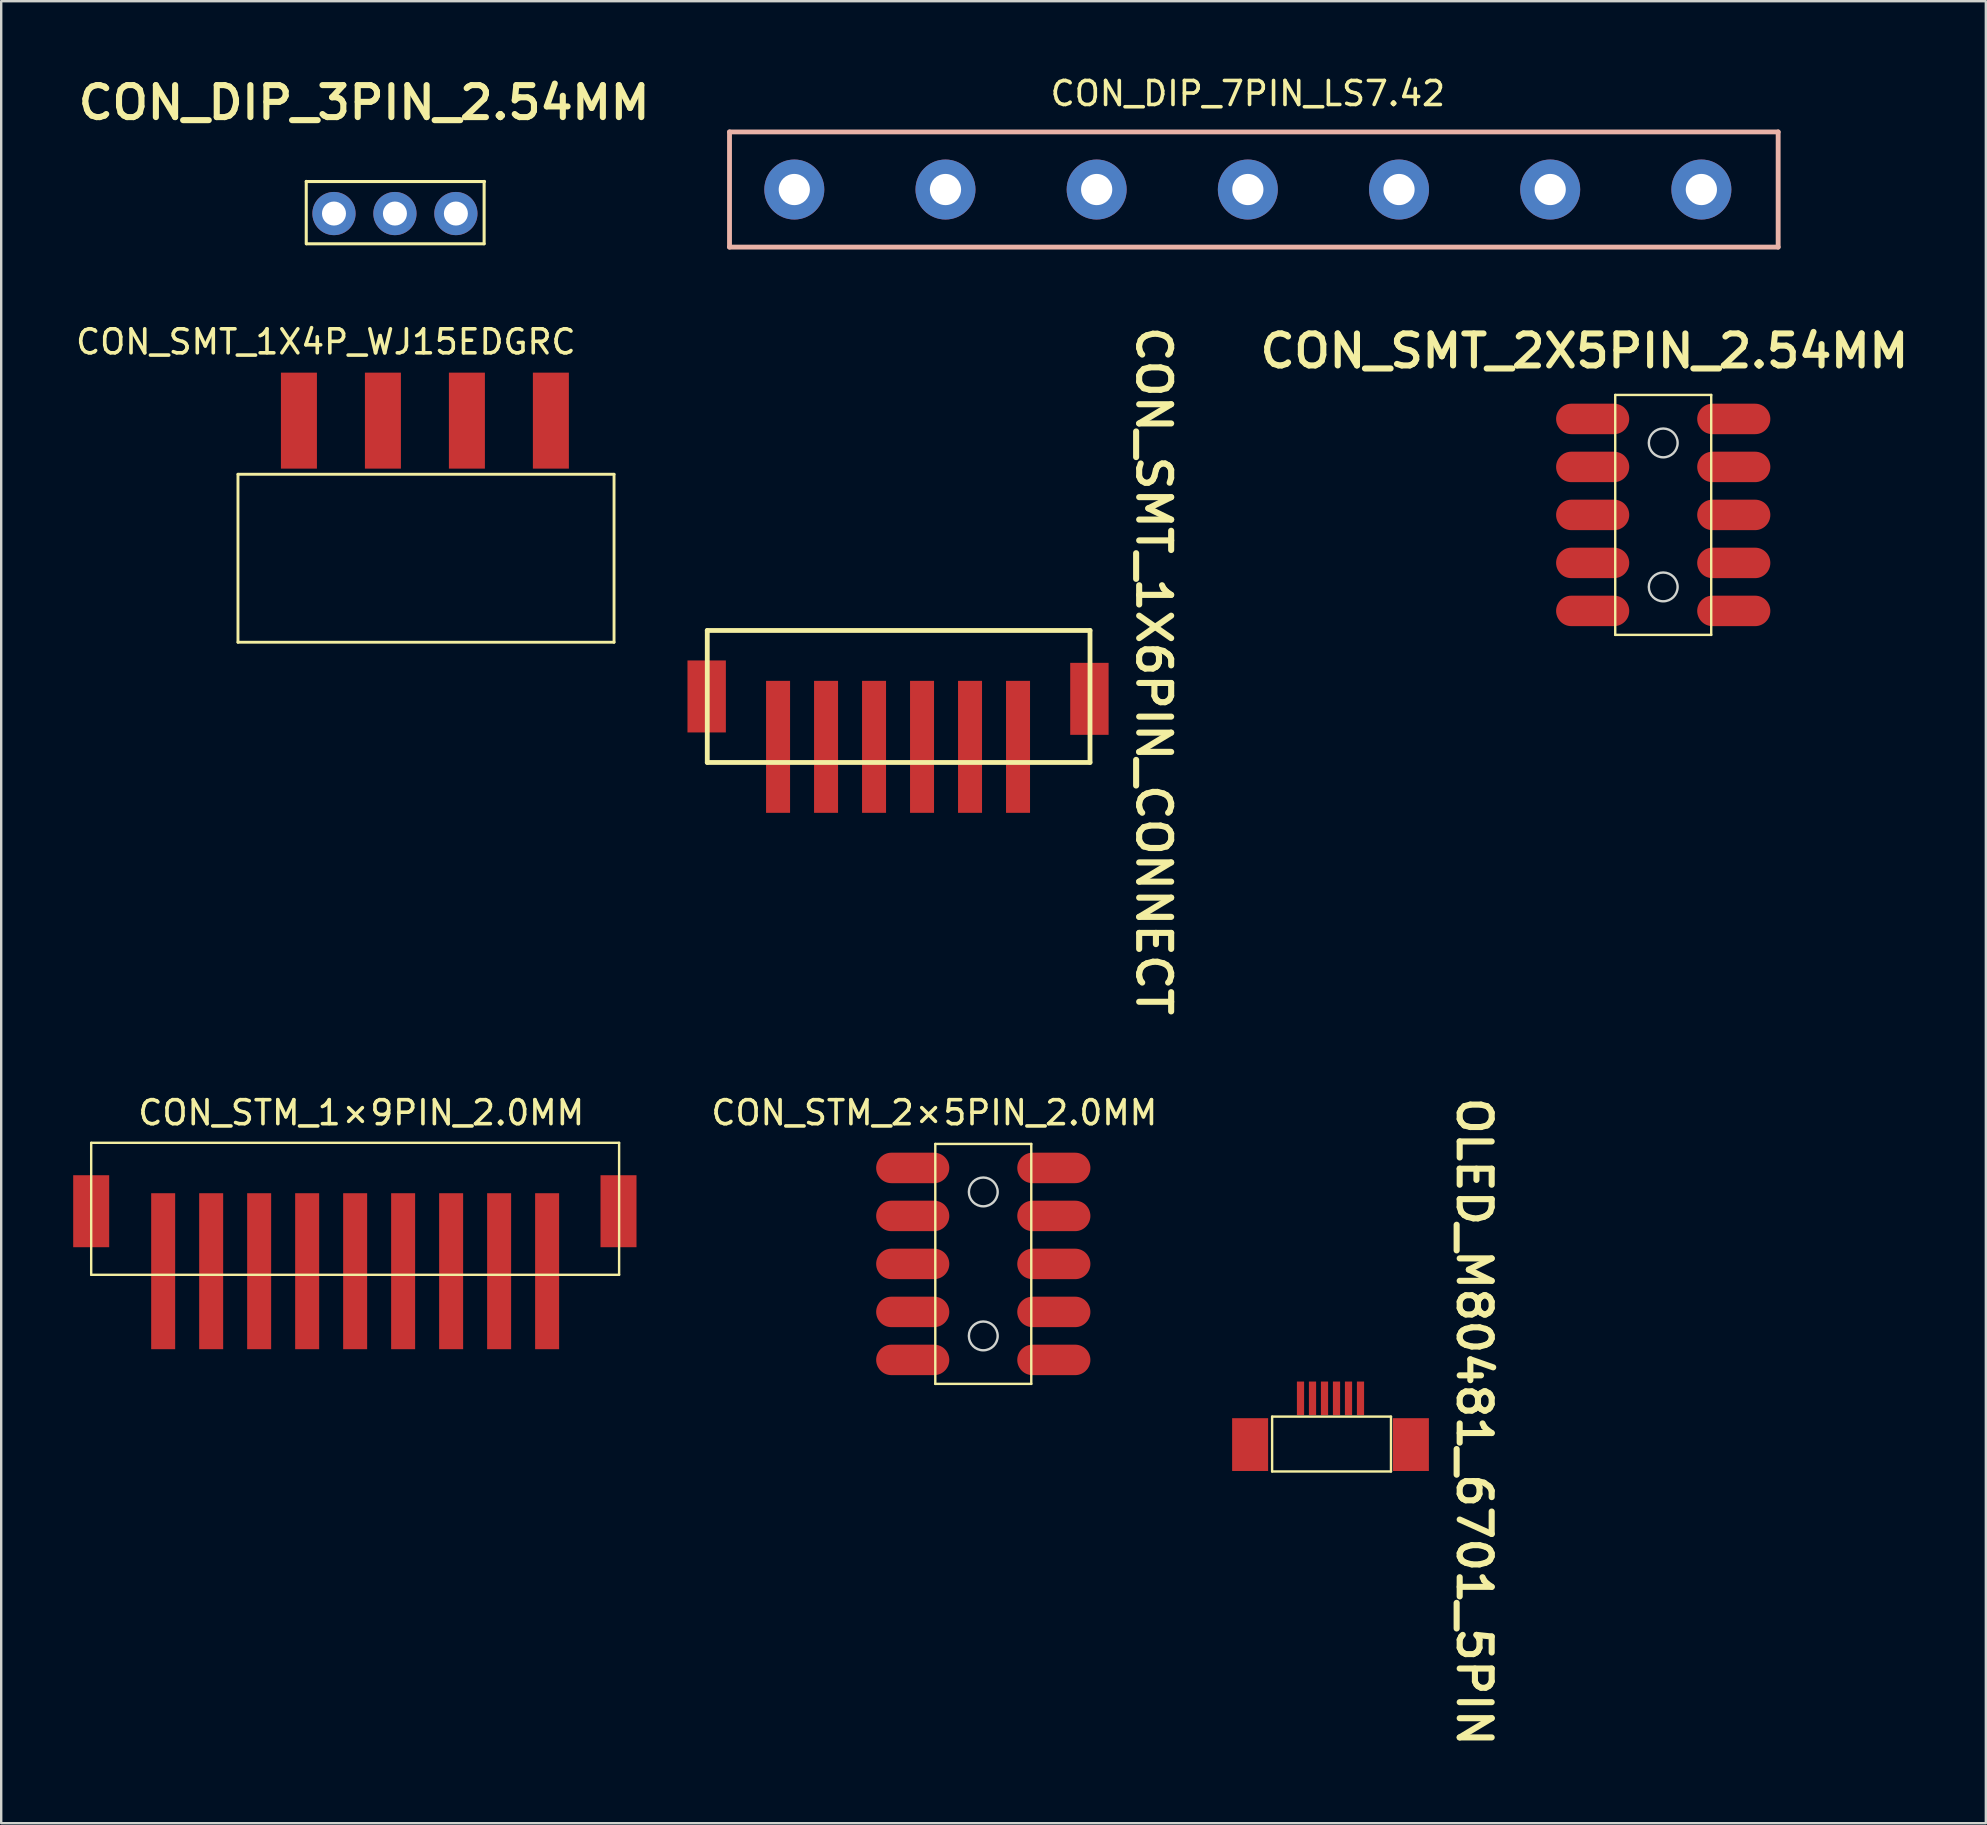
<source format=kicad_pcb>
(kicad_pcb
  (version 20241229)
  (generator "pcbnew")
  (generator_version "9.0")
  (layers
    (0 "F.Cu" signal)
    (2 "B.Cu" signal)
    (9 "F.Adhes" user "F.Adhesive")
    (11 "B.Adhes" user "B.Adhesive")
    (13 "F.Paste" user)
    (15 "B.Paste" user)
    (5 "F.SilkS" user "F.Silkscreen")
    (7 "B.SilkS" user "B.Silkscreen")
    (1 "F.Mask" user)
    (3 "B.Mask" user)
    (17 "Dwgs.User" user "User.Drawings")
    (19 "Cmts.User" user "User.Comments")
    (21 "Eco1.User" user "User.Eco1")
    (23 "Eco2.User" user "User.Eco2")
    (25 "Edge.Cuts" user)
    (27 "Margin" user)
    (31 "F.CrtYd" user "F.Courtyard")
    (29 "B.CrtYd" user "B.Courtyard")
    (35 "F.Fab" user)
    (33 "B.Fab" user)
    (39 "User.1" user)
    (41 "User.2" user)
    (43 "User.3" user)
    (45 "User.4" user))
  (footprint "CON_SMT_2X5PIN_2.54MM"
    (layer "F.Cu")
    (at 63.321 22.408)
    (property "Reference" "CON_SMT_2X5PIN_2.54MM" (at -0.343 -10.833 0) (unlocked yes) (layer "F.SilkS") (effects (font (size 1.333 1.402) (thickness 0.254))))
    (attr smd)
    (fp_line (start 0.94 -9) (end 4.94 -9) (stroke (width 0.1) (type solid)) (layer "F.SilkS"))
    (fp_line (start 0.94 1) (end 0.94 -9) (stroke (width 0.1) (type solid)) (layer "F.SilkS"))
    (fp_line (start 0.94 1) (end 4.94 1) (stroke (width 0.1) (type solid)) (layer "F.SilkS"))
    (fp_line (start 4.94 1) (end 4.94 -9) (stroke (width 0.1) (type solid)) (layer "F.SilkS"))
    (fp_circle (center 2.94 -7) (end 3.54 -7) (stroke (width 0.1) (type solid)) (fill no) (layer "Edge.Cuts"))
    (fp_circle (center 2.94 -1) (end 3.54 -1) (stroke (width 0.1) (type solid)) (fill no) (layer "Edge.Cuts"))
    (pad "1" smd oval (at 0 0) (size 3.048 1.27) (layers "F.Cu" "F.Mask" "F.Paste"))
    (pad "2" smd oval (at 5.88 -0.00003) (size 3.048 1.27) (layers "F.Cu" "F.Mask" "F.Paste"))
    (pad "3" smd oval (at 0.00001 -2) (size 3.048 1.27) (layers "F.Cu" "F.Mask" "F.Paste"))
    (pad "4" smd oval (at 5.88 -2) (size 3.048 1.27) (layers "F.Cu" "F.Mask" "F.Paste"))
    (pad "5" smd oval (at 0.00001 -4) (size 3.048 1.27) (layers "F.Cu" "F.Mask" "F.Paste"))
    (pad "6" smd oval (at 5.88 -4) (size 3.048 1.27) (layers "F.Cu" "F.Mask" "F.Paste"))
    (pad "7" smd oval (at 0.00001 -6) (size 3.048 1.27) (layers "F.Cu" "F.Mask" "F.Paste"))
    (pad "8" smd oval (at 5.88 -6) (size 3.048 1.27) (layers "F.Cu" "F.Mask" "F.Paste"))
    (pad "9" smd oval (at 0.00001 -8) (size 3.048 1.27) (layers "F.Cu" "F.Mask" "F.Paste"))
    (pad "10" smd oval (at 5.88 -8) (size 3.048 1.27) (layers "F.Cu" "F.Mask" "F.Paste")))
  (footprint "CON_SMT_1X6PIN_CONNECT"
    (layer "F.Cu")
    (at 39.374 28.073)
    (property "Reference" "CON_SMT_1X6PIN_CONNECT" (at 5.652 -3.162 270) (unlocked yes) (layer "F.SilkS") (effects (font (size 1.333 1.402) (thickness 0.254))))
    (attr smd)
    (fp_line (start -12.95 -4.85) (end 3 -4.85) (stroke (width 0.2) (type solid)) (layer "F.SilkS"))
    (fp_line (start -12.95 0.65) (end -12.95 -4.85) (stroke (width 0.2) (type solid)) (layer "F.SilkS"))
    (fp_line (start -12.95 0.65) (end 3 0.65) (stroke (width 0.2) (type solid)) (layer "F.SilkS"))
    (fp_line (start 3 0.65) (end 3 -4.85) (stroke (width 0.2) (type solid)) (layer "F.SilkS"))
    (pad "1" smd rect (at 0 0 180) (size 1 5.5) (layers "F.Cu" "F.Mask" "F.Paste"))
    (pad "2" smd rect (at -2 0 180) (size 1 5.5) (layers "F.Cu" "F.Mask" "F.Paste"))
    (pad "3" smd rect (at -4 0 180) (size 1 5.5) (layers "F.Cu" "F.Mask" "F.Paste"))
    (pad "4" smd rect (at -6 0 180) (size 1 5.5) (layers "F.Cu" "F.Mask" "F.Paste"))
    (pad "5" smd rect (at -8 0 180) (size 1 5.5) (layers "F.Cu" "F.Mask" "F.Paste"))
    (pad "6" smd rect (at -10 0 180) (size 1 5.5) (layers "F.Cu" "F.Mask" "F.Paste"))
    (pad "10" smd rect (at 2.975 -2) (size 1.6 3) (layers "F.Cu" "F.Mask" "F.Paste"))
    (pad "11" smd rect (at -12.975 -2.1) (size 1.6 3) (layers "F.Cu" "F.Mask" "F.Paste")))
  (footprint "CON_STM_2×5PIN_2.0MM"
    (layer "F.Cu")
    (at 34.986 53.621)
    (property "Reference" "CON_STM_2×5PIN_2.0MM" (at 0.9 -10.3 0) (layer "F.SilkS") (effects (font (size 1 1) (thickness 0.15))))
    (attr through_hole)
    (fp_line (start 0.94 -9) (end 4.94 -9) (stroke (width 0.1) (type solid)) (layer "F.SilkS"))
    (fp_line (start 0.94 1) (end 0.94 -9) (stroke (width 0.1) (type solid)) (layer "F.SilkS"))
    (fp_line (start 0.94 1) (end 4.94 1) (stroke (width 0.1) (type solid)) (layer "F.SilkS"))
    (fp_line (start 4.94 1) (end 4.94 -9) (stroke (width 0.1) (type solid)) (layer "F.SilkS"))
    (fp_circle (center 2.94 -7) (end 3.54 -7) (stroke (width 0.1) (type solid)) (fill no) (layer "Edge.Cuts"))
    (fp_circle (center 2.94 -1) (end 3.54 -1) (stroke (width 0.1) (type solid)) (fill no) (layer "Edge.Cuts"))
    (pad "1" smd oval (at 0 0) (size 3.048 1.27) (layers "F.Cu" "F.Mask" "F.Paste"))
    (pad "2" smd oval (at 5.88 -0.00003) (size 3.048 1.27) (layers "F.Cu" "F.Mask" "F.Paste"))
    (pad "3" smd oval (at 0.00001 -2) (size 3.048 1.27) (layers "F.Cu" "F.Mask" "F.Paste"))
    (pad "4" smd oval (at 5.88 -2) (size 3.048 1.27) (layers "F.Cu" "F.Mask" "F.Paste"))
    (pad "5" smd oval (at 0.00001 -4) (size 3.048 1.27) (layers "F.Cu" "F.Mask" "F.Paste"))
    (pad "6" smd oval (at 5.88 -4) (size 3.048 1.27) (layers "F.Cu" "F.Mask" "F.Paste"))
    (pad "7" smd oval (at 0.00001 -6) (size 3.048 1.27) (layers "F.Cu" "F.Mask" "F.Paste"))
    (pad "8" smd oval (at 5.88 -6) (size 3.048 1.27) (layers "F.Cu" "F.Mask" "F.Paste"))
    (pad "9" smd oval (at 0.00001 -8) (size 3.048 1.27) (layers "F.Cu" "F.Mask" "F.Paste"))
    (pad "10" smd oval (at 5.88 -8) (size 3.048 1.27) (layers "F.Cu" "F.Mask" "F.Paste")))
  (footprint "CON_STM_1×9PIN_2.0MM"
    (layer "F.Cu")
    (at 11.75 49.925)
    (property "Reference" "CON_STM_1×9PIN_2.0MM" (at 0.254 -6.604 0) (layer "F.SilkS") (effects (font (size 1 1) (thickness 0.15))))
    (attr through_hole)
    (fp_line (start -11 -5.35) (end -11 0.15) (stroke (width 0.1) (type solid)) (layer "F.SilkS"))
    (fp_line (start 11 -5.35) (end -11 -5.35) (stroke (width 0.1) (type solid)) (layer "F.SilkS"))
    (fp_line (start 11 -5.35) (end 11 0.15) (stroke (width 0.1) (type solid)) (layer "F.SilkS"))
    (fp_line (start 11 0.15) (end -11 0.15) (stroke (width 0.1) (type solid)) (layer "F.SilkS"))
    (pad "1" smd rect (at -8 0) (size 1 6.5) (layers "F.Cu" "F.Mask" "F.Paste"))
    (pad "2" smd rect (at -6 0) (size 1 6.5) (layers "F.Cu" "F.Mask" "F.Paste"))
    (pad "3" smd rect (at -4 0) (size 1 6.5) (layers "F.Cu" "F.Mask" "F.Paste"))
    (pad "4" smd rect (at -2 0) (size 1 6.5) (layers "F.Cu" "F.Mask" "F.Paste"))
    (pad "5" smd rect (at -0.000005 0) (size 1 6.5) (layers "F.Cu" "F.Mask" "F.Paste"))
    (pad "6" smd rect (at 2 0) (size 1 6.5) (layers "F.Cu" "F.Mask" "F.Paste"))
    (pad "7" smd rect (at 4 0) (size 1 6.5) (layers "F.Cu" "F.Mask" "F.Paste"))
    (pad "8" smd rect (at 6 0) (size 1 6.5) (layers "F.Cu" "F.Mask" "F.Paste"))
    (pad "9" smd rect (at 8 0) (size 1 6.5) (layers "F.Cu" "F.Mask" "F.Paste"))
    (pad "10" smd rect (at 10.975 -2.5 180) (size 1.5 3) (layers "F.Cu" "F.Mask" "F.Paste"))
    (pad "11" smd rect (at -11 -2.5 180) (size 1.5 3) (layers "F.Cu" "F.Mask" "F.Paste")))
  (footprint "OLED_M80481_6701_5PIN"
    (layer "F.Cu")
    (at 53.646 55.223)
    (property "Reference" "OLED_M80481_6701_5PIN" (at 4.737 0.978 270) (unlocked yes) (layer "F.SilkS") (effects (font (size 1.333 1.402) (thickness 0.254))))
    (attr smd)
    (fp_line (start -3.683 0.762) (end 1.27 0.762) (stroke (width 0.1) (type solid)) (layer "F.SilkS"))
    (fp_line (start -3.683 3.048) (end -3.683 0.762) (stroke (width 0.1) (type solid)) (layer "F.SilkS"))
    (fp_line (start -3.683 3.048) (end 1.27 3.048) (stroke (width 0.1) (type solid)) (layer "F.SilkS"))
    (fp_line (start 1.27 3.048) (end 1.27 0.762) (stroke (width 0.1) (type solid)) (layer "F.SilkS"))
    (pad "1" smd rect (at 0 0) (size 0.3 1.4) (layers "F.Cu" "F.Mask" "F.Paste"))
    (pad "2" smd rect (at -0.5 0) (size 0.3 1.4) (layers "F.Cu" "F.Mask" "F.Paste"))
    (pad "3" smd rect (at -1 0) (size 0.3 1.4) (layers "F.Cu" "F.Mask" "F.Paste"))
    (pad "4" smd rect (at -1.5 0) (size 0.3 1.4) (layers "F.Cu" "F.Mask" "F.Paste"))
    (pad "5" smd rect (at -2 0) (size 0.3 1.4) (layers "F.Cu" "F.Mask" "F.Paste"))
    (pad "6" smd rect (at -2.5 0) (size 0.3 1.4) (layers "F.Cu" "F.Mask" "F.Paste"))
    (pad "7" smd rect (at -4.6 1.927) (size 1.5 2.2) (layers "F.Cu" "F.Mask" "F.Paste"))
    (pad "8" smd rect (at 2.1 1.927) (size 1.5 2.2) (layers "F.Cu" "F.Mask" "F.Paste")))
  (footprint "CON_DIP_7PIN_LS7.42"
    (layer "F.Cu")
    (at 48.951 4.848)
    (property "Reference" "CON_DIP_7PIN_LS7.42" (at 0 -4 0) (layer "F.SilkS") (effects (font (size 1 1) (thickness 0.15))))
    (attr through_hole)
    (fp_line (start -21.6 -2.4) (end 22.1 -2.4) (stroke (width 0.202) (type solid)) (layer "B.SilkS"))
    (fp_line (start -21.6 2.4) (end -21.6 -2.4) (stroke (width 0.202) (type solid)) (layer "B.SilkS"))
    (fp_line (start -21.6 2.4) (end 22.1 2.4) (stroke (width 0.202) (type solid)) (layer "B.SilkS"))
    (fp_line (start 22.1 2.4) (end 22.1 -2.4) (stroke (width 0.202) (type solid)) (layer "B.SilkS"))
    (pad "1" thru_hole circle (at -18.9 0) (size 2.5 2.5) (drill 1.3) (layers "*.Cu" "*.Mask"))
    (pad "2" thru_hole circle (at -12.6 0) (size 2.5 2.5) (drill 1.3) (layers "*.Cu" "*.Mask"))
    (pad "3" thru_hole circle (at -6.3 0) (size 2.5 2.5) (drill 1.3) (layers "*.Cu" "*.Mask"))
    (pad "4" thru_hole circle (at -0.000005 0) (size 2.5 2.5) (drill 1.3) (layers "*.Cu" "*.Mask"))
    (pad "5" thru_hole circle (at 6.3 0) (size 2.5 2.5) (drill 1.3) (layers "*.Cu" "*.Mask"))
    (pad "6" thru_hole circle (at 12.6 0) (size 2.5 2.5) (drill 1.3) (layers "*.Cu" "*.Mask"))
    (pad "7" thru_hole circle (at 18.9 0) (size 2.5 2.5) (drill 1.3) (layers "*.Cu" "*.Mask")))
  (footprint "CON_SMT_1X4P_WJ15EDGRC"
    (layer "F.Cu")
    (at 14.657 20.214)
    (property "Reference" "CON_SMT_1X4P_WJ15EDGRC" (at -4.128 -9.017 0) (layer "F.SilkS") (effects (font (size 1 1) (thickness 0.15))))
    (attr through_hole)
    (fp_line (start -7.79 -3.5) (end -7.79 3.5) (stroke (width 0.12) (type solid)) (layer "F.SilkS"))
    (fp_line (start 7.882 -3.5) (end -7.79 -3.5) (stroke (width 0.12) (type solid)) (layer "F.SilkS"))
    (fp_line (start 7.882 -3.5) (end 7.882 3.5) (stroke (width 0.12) (type solid)) (layer "F.SilkS"))
    (fp_line (start 7.882 3.5) (end -7.79 3.5) (stroke (width 0.12) (type solid)) (layer "F.SilkS"))
    (pad "1" smd rect (at -5.25 -5.735) (size 1.5 4) (layers "F.Cu" "F.Mask" "F.Paste"))
    (pad "2" smd rect (at -1.75 -5.735) (size 1.5 4) (layers "F.Cu" "F.Mask" "F.Paste"))
    (pad "3" smd rect (at 1.75 -5.735) (size 1.5 4) (layers "F.Cu" "F.Mask" "F.Paste"))
    (pad "4" smd rect (at 5.25 -5.735) (size 1.5 4) (layers "F.Cu" "F.Mask" "F.Paste")))
  (footprint "CON_DIP_3PIN_2.54MM"
    (layer "F.Cu")
    (at 13.408 5.531)
    (property "Reference" "CON_DIP_3PIN_2.54MM" (at -1.283 -4.305 0) (unlocked yes) (layer "F.SilkS") (effects (font (size 1.333 1.402) (thickness 0.254))))
    (attr smd)
    (fp_line (start -3.696 1.578) (end -3.696 -1.022) (stroke (width 0.127) (type solid)) (layer "F.SilkS"))
    (fp_line (start 3.717 1.578) (end -3.683 1.578) (stroke (width 0.127) (type solid)) (layer "F.SilkS"))
    (fp_line (start 3.717 1.578) (end 3.717 -1.022) (stroke (width 0.127) (type solid)) (layer "F.SilkS"))
    (fp_line (start 3.734 -1.016) (end -3.696 -1.016) (stroke (width 0.127) (type solid)) (layer "F.SilkS"))
    (pad "1" thru_hole circle (at -2.54 0.318) (size 1.8 1.8) (drill 1) (layers "*.Cu" "*.Mask"))
    (pad "2" thru_hole circle (at 0 0.318) (size 1.8 1.8) (drill 1) (layers "*.Cu" "*.Mask"))
    (pad "3" thru_hole circle (at 2.54 0.318) (size 1.8 1.8) (drill 1) (layers "*.Cu" "*.Mask")))
  (gr_rect
    (start -3 -3)
    (end 79.706 72.928)
    (stroke (width 0.1) (type default))
    (fill no)
    (layer "Edge.Cuts")))
</source>
